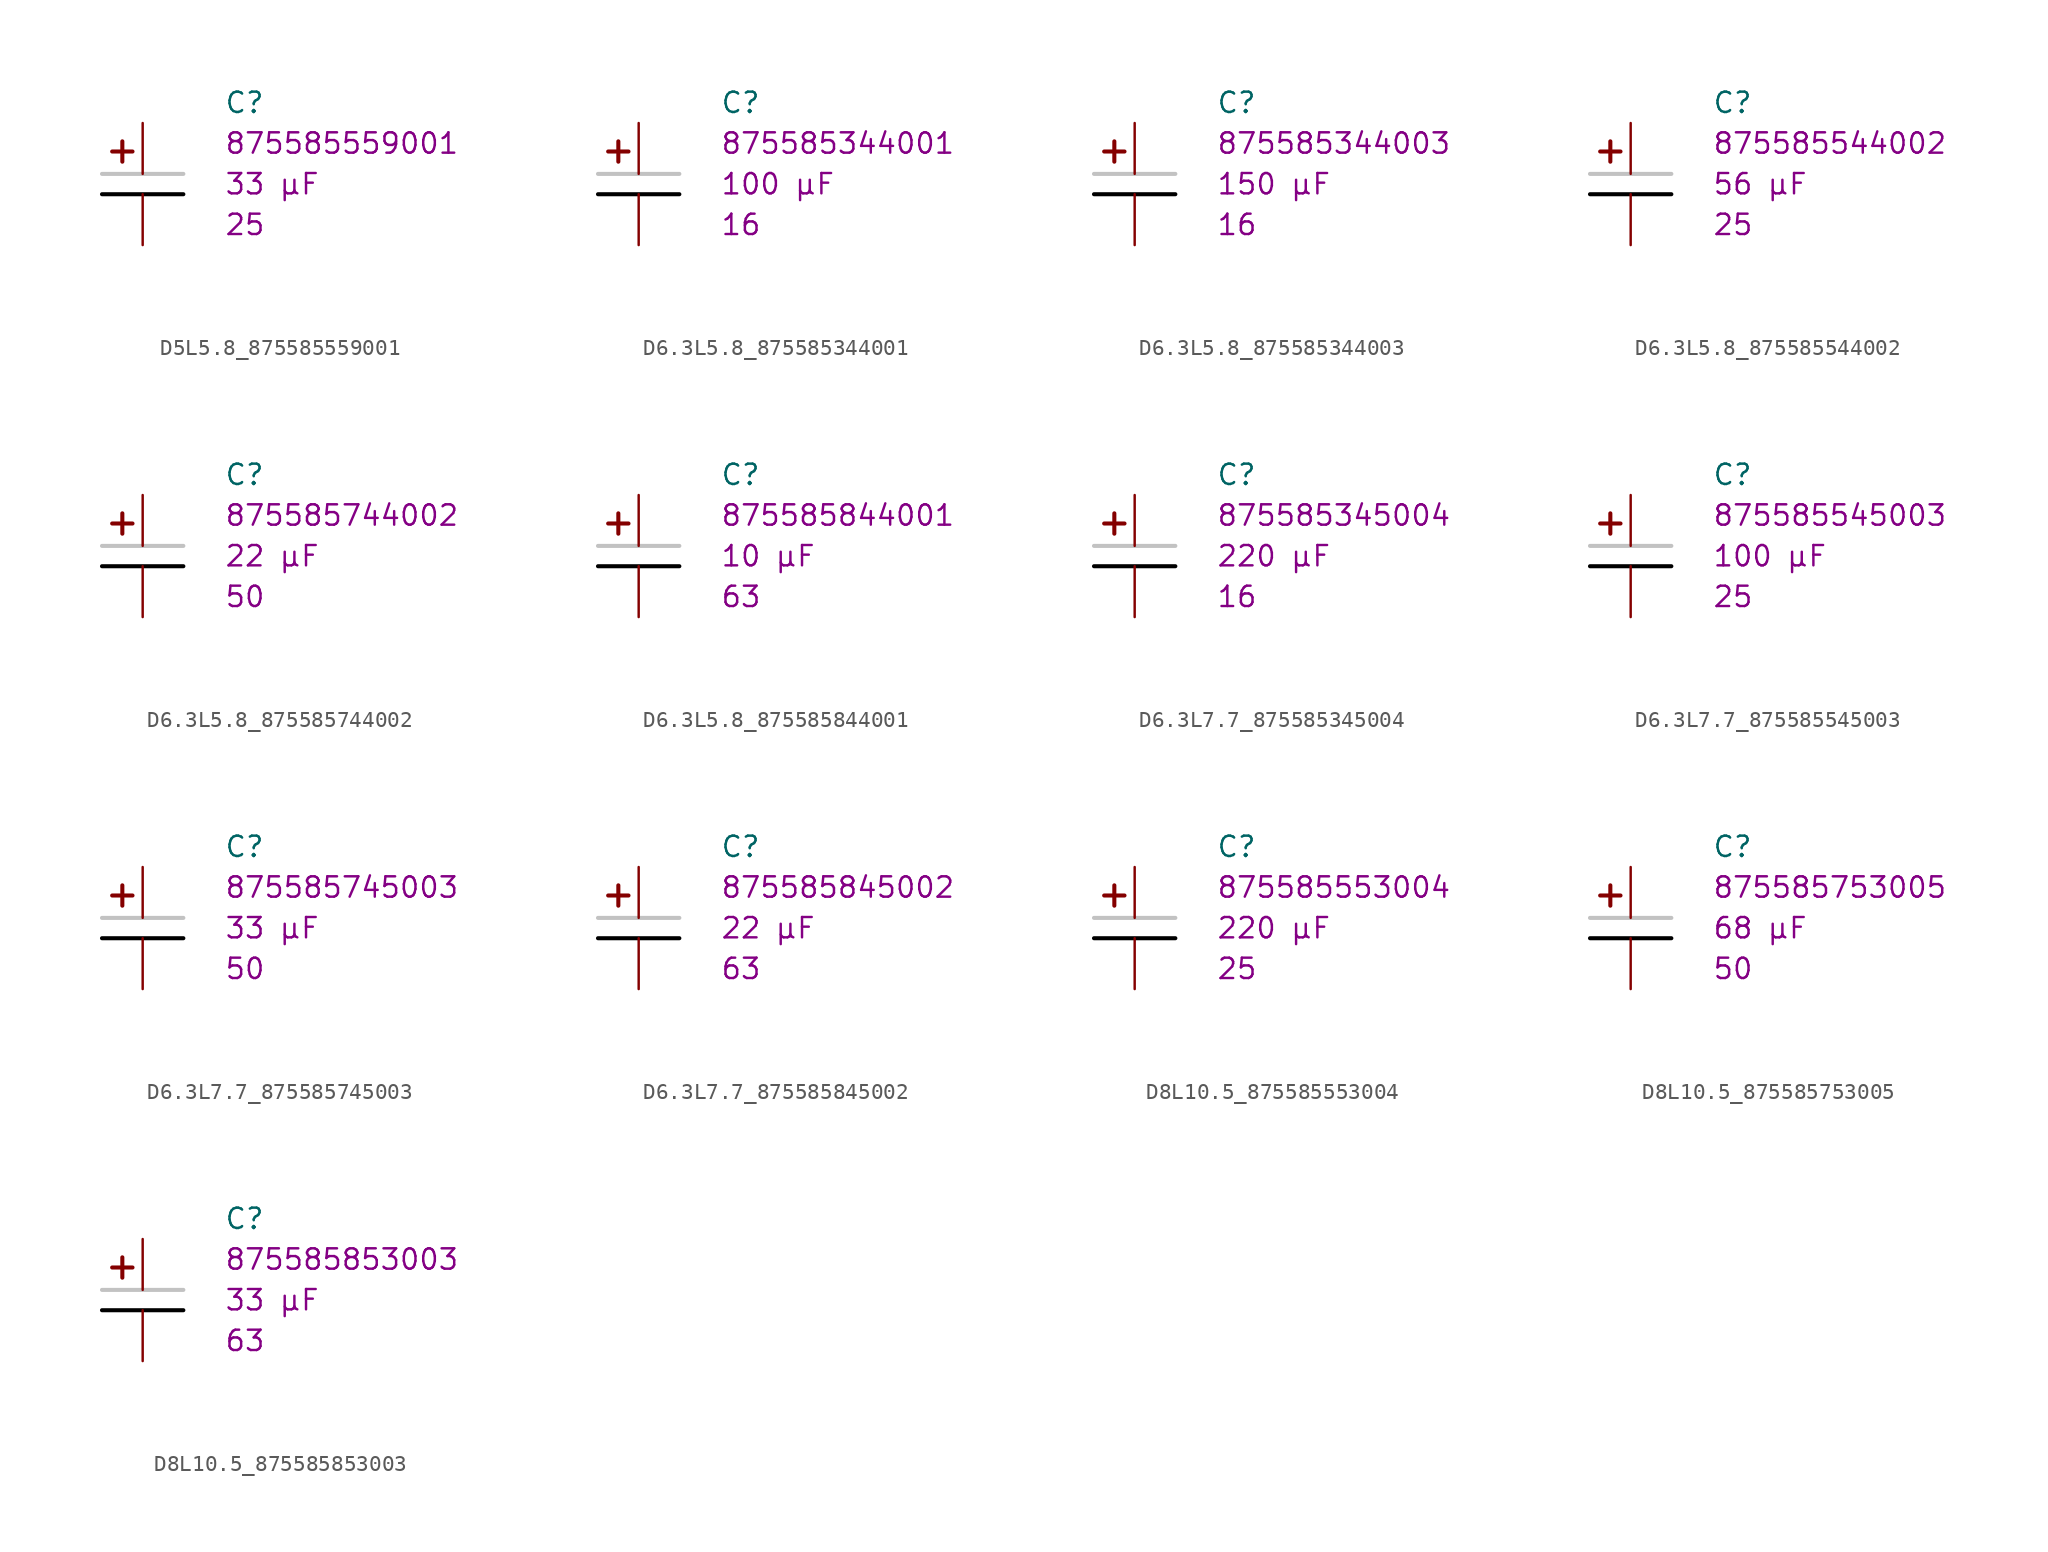
<source format=kicad_sym>
(kicad_symbol_lib
  (version 20220914)
  (generator kicad_symbol_editor)
  (symbol "D5L5.8_875585559001"
    (pin_numbers hide)
    (pin_names hide)
    (property "Reference" "C"
      (at 5.08 5.08 0)
      (effects (font (size 1.27 1.27)) (justify left)))
    (property "Part Number" "875585559001"
      (at 5.08 2.54 0)
      (effects (font (size 1.27 1.27)) (justify left)))
    (property "Capacitance" "33 µF"
      (at 5.08 0 0)
      (effects (font (size 1.27 1.27)) (justify left)))
    (property "Voltage" "25"
      (at 5.08 -2.54 0)
      (effects (font (size 1.27 1.27)) (justify left)))
    (property "Critical Parameter" ""
      (at 0 -7.62 0)
      (effects (font (size 1.27 1.27))))
    (symbol "D5L5.8_875585559001_1_1"
      (polyline (pts (xy -1.27 2.667) (xy -1.27 1.397)) (stroke (width 0.254) (type default)) (fill (type none)))
      (polyline (pts (xy -0.635 2.032) (xy -1.905 2.032)) (stroke (width 0.254) (type default)) (fill (type none)))
      (polyline (pts (xy 2.54 -0.635) (xy -2.54 -0.635)) (stroke (width 0.254) (type default) (color 0 0 0 1)) (fill (type none)))
      (polyline (pts (xy 2.54 0.635) (xy -2.54 0.635)) (stroke (width 0.254) (type default) (color 194 194 194 1)) (fill (type none)))
      (pin passive line (at 0 3.81 270) (length 3.175) (name "1" (effects (font (size 1.27 1.27)))) (number "1" (effects (font (size 1.27 1.27)))))
      (pin passive line (at 0 -3.81 90) (length 3.175) (name "2" (effects (font (size 1.27 1.27)))) (number "2" (effects (font (size 1.27 1.27)))))))
  (symbol "D6.3L5.8_875585344001"
    (pin_numbers hide)
    (pin_names hide)
    (property "Reference" "C"
      (at 5.08 5.08 0)
      (effects (font (size 1.27 1.27)) (justify left)))
    (property "Part Number" "875585344001"
      (at 5.08 2.54 0)
      (effects (font (size 1.27 1.27)) (justify left)))
    (property "Capacitance" "100 µF"
      (at 5.08 0 0)
      (effects (font (size 1.27 1.27)) (justify left)))
    (property "Voltage" "16"
      (at 5.08 -2.54 0)
      (effects (font (size 1.27 1.27)) (justify left)))
    (property "Critical Parameter" ""
      (at 0 -7.62 0)
      (effects (font (size 1.27 1.27))))
    (symbol "D6.3L5.8_875585344001_1_1"
      (polyline (pts (xy -1.27 2.667) (xy -1.27 1.397)) (stroke (width 0.254) (type default)) (fill (type none)))
      (polyline (pts (xy -0.635 2.032) (xy -1.905 2.032)) (stroke (width 0.254) (type default)) (fill (type none)))
      (polyline (pts (xy 2.54 -0.635) (xy -2.54 -0.635)) (stroke (width 0.254) (type default) (color 0 0 0 1)) (fill (type none)))
      (polyline (pts (xy 2.54 0.635) (xy -2.54 0.635)) (stroke (width 0.254) (type default) (color 194 194 194 1)) (fill (type none)))
      (pin passive line (at 0 3.81 270) (length 3.175) (name "1" (effects (font (size 1.27 1.27)))) (number "1" (effects (font (size 1.27 1.27)))))
      (pin passive line (at 0 -3.81 90) (length 3.175) (name "2" (effects (font (size 1.27 1.27)))) (number "2" (effects (font (size 1.27 1.27)))))))
  (symbol "D6.3L5.8_875585344003"
    (pin_numbers hide)
    (pin_names hide)
    (property "Reference" "C"
      (at 5.08 5.08 0)
      (effects (font (size 1.27 1.27)) (justify left)))
    (property "Part Number" "875585344003"
      (at 5.08 2.54 0)
      (effects (font (size 1.27 1.27)) (justify left)))
    (property "Capacitance" "150 µF"
      (at 5.08 0 0)
      (effects (font (size 1.27 1.27)) (justify left)))
    (property "Voltage" "16"
      (at 5.08 -2.54 0)
      (effects (font (size 1.27 1.27)) (justify left)))
    (property "Critical Parameter" ""
      (at 0 -7.62 0)
      (effects (font (size 1.27 1.27))))
    (symbol "D6.3L5.8_875585344003_1_1"
      (polyline (pts (xy -1.27 2.667) (xy -1.27 1.397)) (stroke (width 0.254) (type default)) (fill (type none)))
      (polyline (pts (xy -0.635 2.032) (xy -1.905 2.032)) (stroke (width 0.254) (type default)) (fill (type none)))
      (polyline (pts (xy 2.54 -0.635) (xy -2.54 -0.635)) (stroke (width 0.254) (type default) (color 0 0 0 1)) (fill (type none)))
      (polyline (pts (xy 2.54 0.635) (xy -2.54 0.635)) (stroke (width 0.254) (type default) (color 194 194 194 1)) (fill (type none)))
      (pin passive line (at 0 3.81 270) (length 3.175) (name "1" (effects (font (size 1.27 1.27)))) (number "1" (effects (font (size 1.27 1.27)))))
      (pin passive line (at 0 -3.81 90) (length 3.175) (name "2" (effects (font (size 1.27 1.27)))) (number "2" (effects (font (size 1.27 1.27)))))))
  (symbol "D6.3L5.8_875585544002"
    (pin_numbers hide)
    (pin_names hide)
    (property "Reference" "C"
      (at 5.08 5.08 0)
      (effects (font (size 1.27 1.27)) (justify left)))
    (property "Part Number" "875585544002"
      (at 5.08 2.54 0)
      (effects (font (size 1.27 1.27)) (justify left)))
    (property "Capacitance" "56 µF"
      (at 5.08 0 0)
      (effects (font (size 1.27 1.27)) (justify left)))
    (property "Voltage" "25"
      (at 5.08 -2.54 0)
      (effects (font (size 1.27 1.27)) (justify left)))
    (property "Critical Parameter" ""
      (at 0 -7.62 0)
      (effects (font (size 1.27 1.27))))
    (symbol "D6.3L5.8_875585544002_1_1"
      (polyline (pts (xy -1.27 2.667) (xy -1.27 1.397)) (stroke (width 0.254) (type default)) (fill (type none)))
      (polyline (pts (xy -0.635 2.032) (xy -1.905 2.032)) (stroke (width 0.254) (type default)) (fill (type none)))
      (polyline (pts (xy 2.54 -0.635) (xy -2.54 -0.635)) (stroke (width 0.254) (type default) (color 0 0 0 1)) (fill (type none)))
      (polyline (pts (xy 2.54 0.635) (xy -2.54 0.635)) (stroke (width 0.254) (type default) (color 194 194 194 1)) (fill (type none)))
      (pin passive line (at 0 3.81 270) (length 3.175) (name "1" (effects (font (size 1.27 1.27)))) (number "1" (effects (font (size 1.27 1.27)))))
      (pin passive line (at 0 -3.81 90) (length 3.175) (name "2" (effects (font (size 1.27 1.27)))) (number "2" (effects (font (size 1.27 1.27)))))))
  (symbol "D6.3L5.8_875585744002"
    (pin_numbers hide)
    (pin_names hide)
    (property "Reference" "C"
      (at 5.08 5.08 0)
      (effects (font (size 1.27 1.27)) (justify left)))
    (property "Part Number" "875585744002"
      (at 5.08 2.54 0)
      (effects (font (size 1.27 1.27)) (justify left)))
    (property "Capacitance" "22 µF"
      (at 5.08 0 0)
      (effects (font (size 1.27 1.27)) (justify left)))
    (property "Voltage" "50"
      (at 5.08 -2.54 0)
      (effects (font (size 1.27 1.27)) (justify left)))
    (property "Critical Parameter" ""
      (at 0 -7.62 0)
      (effects (font (size 1.27 1.27))))
    (symbol "D6.3L5.8_875585744002_1_1"
      (polyline (pts (xy -1.27 2.667) (xy -1.27 1.397)) (stroke (width 0.254) (type default)) (fill (type none)))
      (polyline (pts (xy -0.635 2.032) (xy -1.905 2.032)) (stroke (width 0.254) (type default)) (fill (type none)))
      (polyline (pts (xy 2.54 -0.635) (xy -2.54 -0.635)) (stroke (width 0.254) (type default) (color 0 0 0 1)) (fill (type none)))
      (polyline (pts (xy 2.54 0.635) (xy -2.54 0.635)) (stroke (width 0.254) (type default) (color 194 194 194 1)) (fill (type none)))
      (pin passive line (at 0 3.81 270) (length 3.175) (name "1" (effects (font (size 1.27 1.27)))) (number "1" (effects (font (size 1.27 1.27)))))
      (pin passive line (at 0 -3.81 90) (length 3.175) (name "2" (effects (font (size 1.27 1.27)))) (number "2" (effects (font (size 1.27 1.27)))))))
  (symbol "D6.3L5.8_875585844001"
    (pin_numbers hide)
    (pin_names hide)
    (property "Reference" "C"
      (at 5.08 5.08 0)
      (effects (font (size 1.27 1.27)) (justify left)))
    (property "Part Number" "875585844001"
      (at 5.08 2.54 0)
      (effects (font (size 1.27 1.27)) (justify left)))
    (property "Capacitance" "10 µF"
      (at 5.08 0 0)
      (effects (font (size 1.27 1.27)) (justify left)))
    (property "Voltage" "63"
      (at 5.08 -2.54 0)
      (effects (font (size 1.27 1.27)) (justify left)))
    (property "Critical Parameter" ""
      (at 0 -7.62 0)
      (effects (font (size 1.27 1.27))))
    (symbol "D6.3L5.8_875585844001_1_1"
      (polyline (pts (xy -1.27 2.667) (xy -1.27 1.397)) (stroke (width 0.254) (type default)) (fill (type none)))
      (polyline (pts (xy -0.635 2.032) (xy -1.905 2.032)) (stroke (width 0.254) (type default)) (fill (type none)))
      (polyline (pts (xy 2.54 -0.635) (xy -2.54 -0.635)) (stroke (width 0.254) (type default) (color 0 0 0 1)) (fill (type none)))
      (polyline (pts (xy 2.54 0.635) (xy -2.54 0.635)) (stroke (width 0.254) (type default) (color 194 194 194 1)) (fill (type none)))
      (pin passive line (at 0 3.81 270) (length 3.175) (name "1" (effects (font (size 1.27 1.27)))) (number "1" (effects (font (size 1.27 1.27)))))
      (pin passive line (at 0 -3.81 90) (length 3.175) (name "2" (effects (font (size 1.27 1.27)))) (number "2" (effects (font (size 1.27 1.27)))))))
  (symbol "D6.3L7.7_875585345004"
    (pin_numbers hide)
    (pin_names hide)
    (property "Reference" "C"
      (at 5.08 5.08 0)
      (effects (font (size 1.27 1.27)) (justify left)))
    (property "Part Number" "875585345004"
      (at 5.08 2.54 0)
      (effects (font (size 1.27 1.27)) (justify left)))
    (property "Capacitance" "220 µF"
      (at 5.08 0 0)
      (effects (font (size 1.27 1.27)) (justify left)))
    (property "Voltage" "16"
      (at 5.08 -2.54 0)
      (effects (font (size 1.27 1.27)) (justify left)))
    (property "Critical Parameter" ""
      (at 0 -7.62 0)
      (effects (font (size 1.27 1.27))))
    (symbol "D6.3L7.7_875585345004_1_1"
      (polyline (pts (xy -1.27 2.667) (xy -1.27 1.397)) (stroke (width 0.254) (type default)) (fill (type none)))
      (polyline (pts (xy -0.635 2.032) (xy -1.905 2.032)) (stroke (width 0.254) (type default)) (fill (type none)))
      (polyline (pts (xy 2.54 -0.635) (xy -2.54 -0.635)) (stroke (width 0.254) (type default) (color 0 0 0 1)) (fill (type none)))
      (polyline (pts (xy 2.54 0.635) (xy -2.54 0.635)) (stroke (width 0.254) (type default) (color 194 194 194 1)) (fill (type none)))
      (pin passive line (at 0 3.81 270) (length 3.175) (name "1" (effects (font (size 1.27 1.27)))) (number "1" (effects (font (size 1.27 1.27)))))
      (pin passive line (at 0 -3.81 90) (length 3.175) (name "2" (effects (font (size 1.27 1.27)))) (number "2" (effects (font (size 1.27 1.27)))))))
  (symbol "D6.3L7.7_875585545003"
    (pin_numbers hide)
    (pin_names hide)
    (property "Reference" "C"
      (at 5.08 5.08 0)
      (effects (font (size 1.27 1.27)) (justify left)))
    (property "Part Number" "875585545003"
      (at 5.08 2.54 0)
      (effects (font (size 1.27 1.27)) (justify left)))
    (property "Capacitance" "100 µF"
      (at 5.08 0 0)
      (effects (font (size 1.27 1.27)) (justify left)))
    (property "Voltage" "25"
      (at 5.08 -2.54 0)
      (effects (font (size 1.27 1.27)) (justify left)))
    (property "Critical Parameter" ""
      (at 0 -7.62 0)
      (effects (font (size 1.27 1.27))))
    (symbol "D6.3L7.7_875585545003_1_1"
      (polyline (pts (xy -1.27 2.667) (xy -1.27 1.397)) (stroke (width 0.254) (type default)) (fill (type none)))
      (polyline (pts (xy -0.635 2.032) (xy -1.905 2.032)) (stroke (width 0.254) (type default)) (fill (type none)))
      (polyline (pts (xy 2.54 -0.635) (xy -2.54 -0.635)) (stroke (width 0.254) (type default) (color 0 0 0 1)) (fill (type none)))
      (polyline (pts (xy 2.54 0.635) (xy -2.54 0.635)) (stroke (width 0.254) (type default) (color 194 194 194 1)) (fill (type none)))
      (pin passive line (at 0 3.81 270) (length 3.175) (name "1" (effects (font (size 1.27 1.27)))) (number "1" (effects (font (size 1.27 1.27)))))
      (pin passive line (at 0 -3.81 90) (length 3.175) (name "2" (effects (font (size 1.27 1.27)))) (number "2" (effects (font (size 1.27 1.27)))))))
  (symbol "D6.3L7.7_875585745003"
    (pin_numbers hide)
    (pin_names hide)
    (property "Reference" "C"
      (at 5.08 5.08 0)
      (effects (font (size 1.27 1.27)) (justify left)))
    (property "Part Number" "875585745003"
      (at 5.08 2.54 0)
      (effects (font (size 1.27 1.27)) (justify left)))
    (property "Capacitance" "33 µF"
      (at 5.08 0 0)
      (effects (font (size 1.27 1.27)) (justify left)))
    (property "Voltage" "50"
      (at 5.08 -2.54 0)
      (effects (font (size 1.27 1.27)) (justify left)))
    (property "Critical Parameter" ""
      (at 0 -7.62 0)
      (effects (font (size 1.27 1.27))))
    (symbol "D6.3L7.7_875585745003_1_1"
      (polyline (pts (xy -1.27 2.667) (xy -1.27 1.397)) (stroke (width 0.254) (type default)) (fill (type none)))
      (polyline (pts (xy -0.635 2.032) (xy -1.905 2.032)) (stroke (width 0.254) (type default)) (fill (type none)))
      (polyline (pts (xy 2.54 -0.635) (xy -2.54 -0.635)) (stroke (width 0.254) (type default) (color 0 0 0 1)) (fill (type none)))
      (polyline (pts (xy 2.54 0.635) (xy -2.54 0.635)) (stroke (width 0.254) (type default) (color 194 194 194 1)) (fill (type none)))
      (pin passive line (at 0 3.81 270) (length 3.175) (name "1" (effects (font (size 1.27 1.27)))) (number "1" (effects (font (size 1.27 1.27)))))
      (pin passive line (at 0 -3.81 90) (length 3.175) (name "2" (effects (font (size 1.27 1.27)))) (number "2" (effects (font (size 1.27 1.27)))))))
  (symbol "D6.3L7.7_875585845002"
    (pin_numbers hide)
    (pin_names hide)
    (property "Reference" "C"
      (at 5.08 5.08 0)
      (effects (font (size 1.27 1.27)) (justify left)))
    (property "Part Number" "875585845002"
      (at 5.08 2.54 0)
      (effects (font (size 1.27 1.27)) (justify left)))
    (property "Capacitance" "22 µF"
      (at 5.08 0 0)
      (effects (font (size 1.27 1.27)) (justify left)))
    (property "Voltage" "63"
      (at 5.08 -2.54 0)
      (effects (font (size 1.27 1.27)) (justify left)))
    (property "Critical Parameter" ""
      (at 0 -7.62 0)
      (effects (font (size 1.27 1.27))))
    (symbol "D6.3L7.7_875585845002_1_1"
      (polyline (pts (xy -1.27 2.667) (xy -1.27 1.397)) (stroke (width 0.254) (type default)) (fill (type none)))
      (polyline (pts (xy -0.635 2.032) (xy -1.905 2.032)) (stroke (width 0.254) (type default)) (fill (type none)))
      (polyline (pts (xy 2.54 -0.635) (xy -2.54 -0.635)) (stroke (width 0.254) (type default) (color 0 0 0 1)) (fill (type none)))
      (polyline (pts (xy 2.54 0.635) (xy -2.54 0.635)) (stroke (width 0.254) (type default) (color 194 194 194 1)) (fill (type none)))
      (pin passive line (at 0 3.81 270) (length 3.175) (name "1" (effects (font (size 1.27 1.27)))) (number "1" (effects (font (size 1.27 1.27)))))
      (pin passive line (at 0 -3.81 90) (length 3.175) (name "2" (effects (font (size 1.27 1.27)))) (number "2" (effects (font (size 1.27 1.27)))))))
  (symbol "D8L10.5_875585553004"
    (pin_numbers hide)
    (pin_names hide)
    (property "Reference" "C"
      (at 5.08 5.08 0)
      (effects (font (size 1.27 1.27)) (justify left)))
    (property "Part Number" "875585553004"
      (at 5.08 2.54 0)
      (effects (font (size 1.27 1.27)) (justify left)))
    (property "Capacitance" "220 µF"
      (at 5.08 0 0)
      (effects (font (size 1.27 1.27)) (justify left)))
    (property "Voltage" "25"
      (at 5.08 -2.54 0)
      (effects (font (size 1.27 1.27)) (justify left)))
    (property "Critical Parameter" ""
      (at 0 -7.62 0)
      (effects (font (size 1.27 1.27))))
    (symbol "D8L10.5_875585553004_1_1"
      (polyline (pts (xy -1.27 2.667) (xy -1.27 1.397)) (stroke (width 0.254) (type default)) (fill (type none)))
      (polyline (pts (xy -0.635 2.032) (xy -1.905 2.032)) (stroke (width 0.254) (type default)) (fill (type none)))
      (polyline (pts (xy 2.54 -0.635) (xy -2.54 -0.635)) (stroke (width 0.254) (type default) (color 0 0 0 1)) (fill (type none)))
      (polyline (pts (xy 2.54 0.635) (xy -2.54 0.635)) (stroke (width 0.254) (type default) (color 194 194 194 1)) (fill (type none)))
      (pin passive line (at 0 3.81 270) (length 3.175) (name "1" (effects (font (size 1.27 1.27)))) (number "1" (effects (font (size 1.27 1.27)))))
      (pin passive line (at 0 -3.81 90) (length 3.175) (name "2" (effects (font (size 1.27 1.27)))) (number "2" (effects (font (size 1.27 1.27)))))))
  (symbol "D8L10.5_875585753005"
    (pin_numbers hide)
    (pin_names hide)
    (property "Reference" "C"
      (at 5.08 5.08 0)
      (effects (font (size 1.27 1.27)) (justify left)))
    (property "Part Number" "875585753005"
      (at 5.08 2.54 0)
      (effects (font (size 1.27 1.27)) (justify left)))
    (property "Capacitance" "68 µF"
      (at 5.08 0 0)
      (effects (font (size 1.27 1.27)) (justify left)))
    (property "Voltage" "50"
      (at 5.08 -2.54 0)
      (effects (font (size 1.27 1.27)) (justify left)))
    (property "Critical Parameter" ""
      (at 0 -7.62 0)
      (effects (font (size 1.27 1.27))))
    (symbol "D8L10.5_875585753005_1_1"
      (polyline (pts (xy -1.27 2.667) (xy -1.27 1.397)) (stroke (width 0.254) (type default)) (fill (type none)))
      (polyline (pts (xy -0.635 2.032) (xy -1.905 2.032)) (stroke (width 0.254) (type default)) (fill (type none)))
      (polyline (pts (xy 2.54 -0.635) (xy -2.54 -0.635)) (stroke (width 0.254) (type default) (color 0 0 0 1)) (fill (type none)))
      (polyline (pts (xy 2.54 0.635) (xy -2.54 0.635)) (stroke (width 0.254) (type default) (color 194 194 194 1)) (fill (type none)))
      (pin passive line (at 0 3.81 270) (length 3.175) (name "1" (effects (font (size 1.27 1.27)))) (number "1" (effects (font (size 1.27 1.27)))))
      (pin passive line (at 0 -3.81 90) (length 3.175) (name "2" (effects (font (size 1.27 1.27)))) (number "2" (effects (font (size 1.27 1.27)))))))
  (symbol "D8L10.5_875585853003"
    (pin_numbers hide)
    (pin_names hide)
    (property "Reference" "C"
      (at 5.08 5.08 0)
      (effects (font (size 1.27 1.27)) (justify left)))
    (property "Part Number" "875585853003"
      (at 5.08 2.54 0)
      (effects (font (size 1.27 1.27)) (justify left)))
    (property "Capacitance" "33 µF"
      (at 5.08 0 0)
      (effects (font (size 1.27 1.27)) (justify left)))
    (property "Voltage" "63"
      (at 5.08 -2.54 0)
      (effects (font (size 1.27 1.27)) (justify left)))
    (property "Critical Parameter" ""
      (at 0 -7.62 0)
      (effects (font (size 1.27 1.27))))
    (symbol "D8L10.5_875585853003_1_1"
      (polyline (pts (xy -1.27 2.667) (xy -1.27 1.397)) (stroke (width 0.254) (type default)) (fill (type none)))
      (polyline (pts (xy -0.635 2.032) (xy -1.905 2.032)) (stroke (width 0.254) (type default)) (fill (type none)))
      (polyline (pts (xy 2.54 -0.635) (xy -2.54 -0.635)) (stroke (width 0.254) (type default) (color 0 0 0 1)) (fill (type none)))
      (polyline (pts (xy 2.54 0.635) (xy -2.54 0.635)) (stroke (width 0.254) (type default) (color 194 194 194 1)) (fill (type none)))
      (pin passive line (at 0 3.81 270) (length 3.175) (name "1" (effects (font (size 1.27 1.27)))) (number "1" (effects (font (size 1.27 1.27)))))
      (pin passive line (at 0 -3.81 90) (length 3.175) (name "2" (effects (font (size 1.27 1.27)))) (number "2" (effects (font (size 1.27 1.27))))))))
</source>
